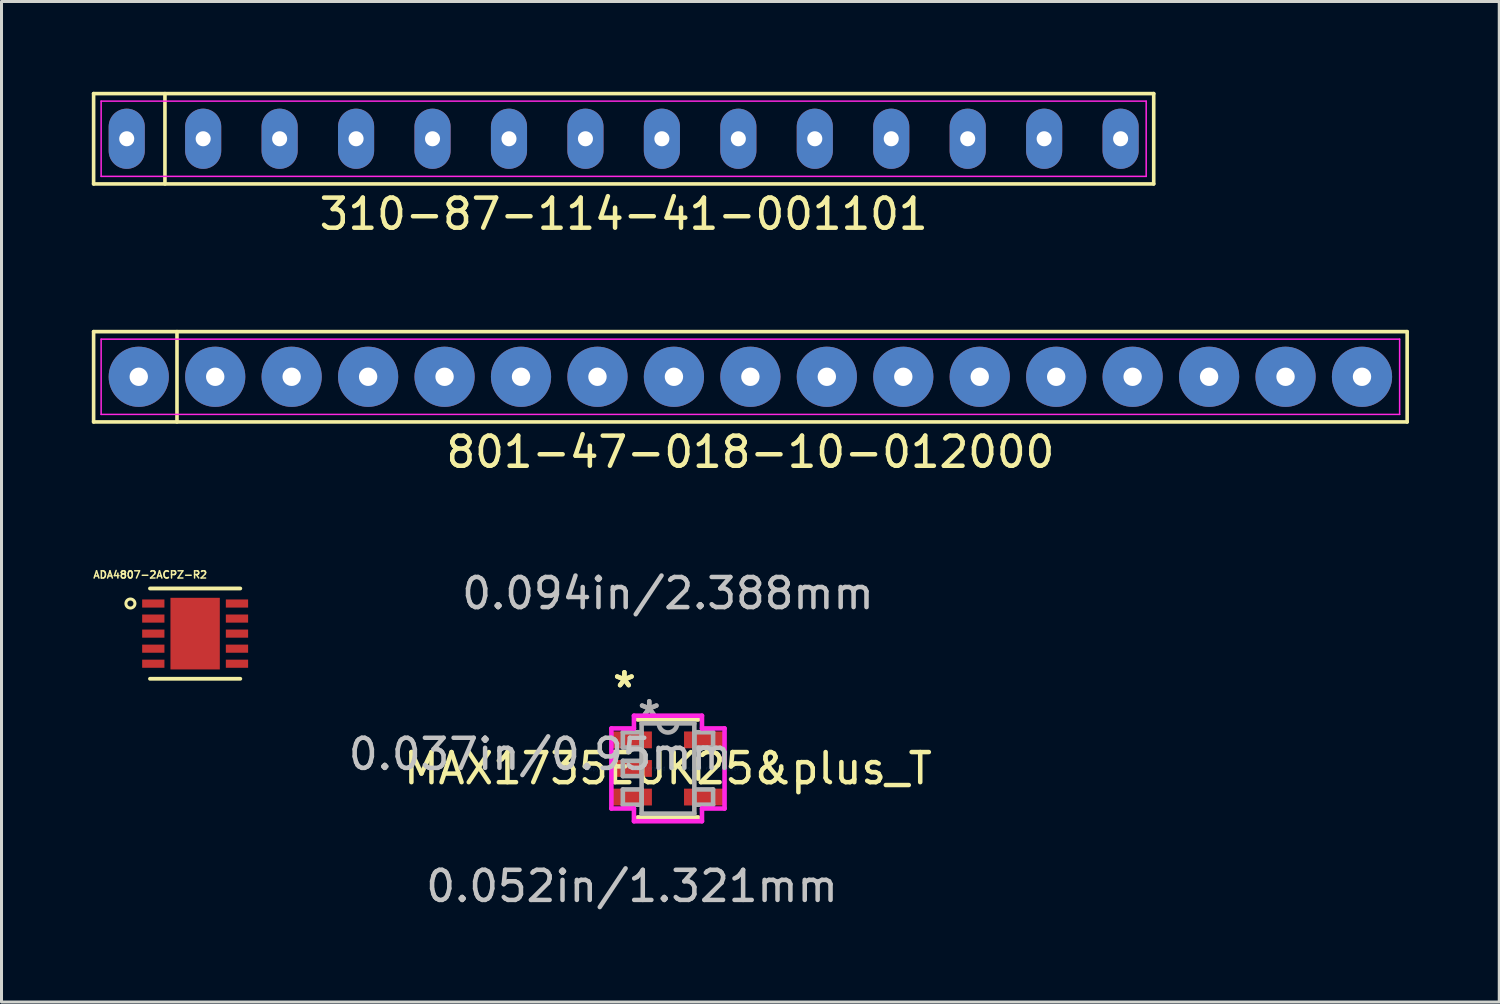
<source format=kicad_pcb>
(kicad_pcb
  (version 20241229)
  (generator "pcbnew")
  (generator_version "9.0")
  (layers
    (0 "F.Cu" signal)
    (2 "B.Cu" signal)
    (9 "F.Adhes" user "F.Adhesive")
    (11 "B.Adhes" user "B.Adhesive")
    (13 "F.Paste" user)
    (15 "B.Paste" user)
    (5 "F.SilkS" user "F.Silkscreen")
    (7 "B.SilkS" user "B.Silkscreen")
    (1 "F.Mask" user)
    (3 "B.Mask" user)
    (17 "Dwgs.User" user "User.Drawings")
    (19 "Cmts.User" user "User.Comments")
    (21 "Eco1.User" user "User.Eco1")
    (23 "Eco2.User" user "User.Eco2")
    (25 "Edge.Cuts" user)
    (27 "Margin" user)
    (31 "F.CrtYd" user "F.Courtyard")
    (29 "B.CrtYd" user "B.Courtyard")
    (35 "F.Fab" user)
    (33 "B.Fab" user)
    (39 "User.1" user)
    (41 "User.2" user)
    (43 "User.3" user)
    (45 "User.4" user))
  (footprint "MAX1735EUK25&plus_T"
    (layer "F.Cu")
    (at 19.142 22.481)
    (property "Reference" "MAX1735EUK25&plus_T" (at 0 0 0) (layer "F.SilkS") (effects (font (size 1 1) (thickness 0.15))))
    (attr through_hole)
    (fp_line (start -1.003 1.626) (end 1.003 1.626) (stroke (width 0.152) (type solid)) (layer "F.SilkS"))
    (fp_line (start 1.003 -1.626) (end -1.003 -1.626) (stroke (width 0.152) (type solid)) (layer "F.SilkS"))
    (fp_line (start 1.003 0.338) (end 1.003 -0.338) (stroke (width 0.152) (type solid)) (layer "F.SilkS"))
    (fp_line (start -1.88 -1.331) (end -1.13 -1.331) (stroke (width 0.152) (type solid)) (layer "F.CrtYd"))
    (fp_line (start -1.88 1.331) (end -1.88 -1.331) (stroke (width 0.152) (type solid)) (layer "F.CrtYd"))
    (fp_line (start -1.13 -1.753) (end 1.13 -1.753) (stroke (width 0.152) (type solid)) (layer "F.CrtYd"))
    (fp_line (start -1.13 -1.331) (end -1.13 -1.753) (stroke (width 0.152) (type solid)) (layer "F.CrtYd"))
    (fp_line (start -1.13 1.331) (end -1.88 1.331) (stroke (width 0.152) (type solid)) (layer "F.CrtYd"))
    (fp_line (start -1.13 1.753) (end -1.13 1.331) (stroke (width 0.152) (type solid)) (layer "F.CrtYd"))
    (fp_line (start 1.13 -1.753) (end 1.13 -1.331) (stroke (width 0.152) (type solid)) (layer "F.CrtYd"))
    (fp_line (start 1.13 -1.331) (end 1.88 -1.331) (stroke (width 0.152) (type solid)) (layer "F.CrtYd"))
    (fp_line (start 1.13 1.331) (end 1.13 1.753) (stroke (width 0.152) (type solid)) (layer "F.CrtYd"))
    (fp_line (start 1.13 1.753) (end -1.13 1.753) (stroke (width 0.152) (type solid)) (layer "F.CrtYd"))
    (fp_line (start 1.88 -1.331) (end 1.88 1.331) (stroke (width 0.152) (type solid)) (layer "F.CrtYd"))
    (fp_line (start 1.88 1.331) (end 1.13 1.331) (stroke (width 0.152) (type solid)) (layer "F.CrtYd"))
    (fp_line (start -1.499 -1.204) (end -1.499 -0.696) (stroke (width 0.152) (type solid)) (layer "F.Fab"))
    (fp_line (start -1.499 -0.696) (end -0.876 -0.696) (stroke (width 0.152) (type solid)) (layer "F.Fab"))
    (fp_line (start -1.499 -0.254) (end -1.499 0.254) (stroke (width 0.152) (type solid)) (layer "F.Fab"))
    (fp_line (start -1.499 0.254) (end -0.876 0.254) (stroke (width 0.152) (type solid)) (layer "F.Fab"))
    (fp_line (start -1.499 0.696) (end -1.499 1.204) (stroke (width 0.152) (type solid)) (layer "F.Fab"))
    (fp_line (start -1.499 1.204) (end -0.876 1.204) (stroke (width 0.152) (type solid)) (layer "F.Fab"))
    (fp_line (start -0.876 -1.499) (end -0.876 1.499) (stroke (width 0.152) (type solid)) (layer "F.Fab"))
    (fp_line (start -0.876 -1.204) (end -1.499 -1.204) (stroke (width 0.152) (type solid)) (layer "F.Fab"))
    (fp_line (start -0.876 -0.696) (end -0.876 -1.204) (stroke (width 0.152) (type solid)) (layer "F.Fab"))
    (fp_line (start -0.876 -0.254) (end -1.499 -0.254) (stroke (width 0.152) (type solid)) (layer "F.Fab"))
    (fp_line (start -0.876 0.254) (end -0.876 -0.254) (stroke (width 0.152) (type solid)) (layer "F.Fab"))
    (fp_line (start -0.876 0.696) (end -1.499 0.696) (stroke (width 0.152) (type solid)) (layer "F.Fab"))
    (fp_line (start -0.876 1.204) (end -0.876 0.696) (stroke (width 0.152) (type solid)) (layer "F.Fab"))
    (fp_line (start -0.876 1.499) (end 0.876 1.499) (stroke (width 0.152) (type solid)) (layer "F.Fab"))
    (fp_line (start 0.876 -1.499) (end -0.876 -1.499) (stroke (width 0.152) (type solid)) (layer "F.Fab"))
    (fp_line (start 0.876 -1.204) (end 0.876 -0.696) (stroke (width 0.152) (type solid)) (layer "F.Fab"))
    (fp_line (start 0.876 -0.696) (end 1.499 -0.696) (stroke (width 0.152) (type solid)) (layer "F.Fab"))
    (fp_line (start 0.876 0.696) (end 0.876 1.204) (stroke (width 0.152) (type solid)) (layer "F.Fab"))
    (fp_line (start 0.876 1.204) (end 1.499 1.204) (stroke (width 0.152) (type solid)) (layer "F.Fab"))
    (fp_line (start 0.876 1.499) (end 0.876 -1.499) (stroke (width 0.152) (type solid)) (layer "F.Fab"))
    (fp_line (start 1.499 -1.204) (end 0.876 -1.204) (stroke (width 0.152) (type solid)) (layer "F.Fab"))
    (fp_line (start 1.499 -0.696) (end 1.499 -1.204) (stroke (width 0.152) (type solid)) (layer "F.Fab"))
    (fp_line (start 1.499 0.696) (end 0.876 0.696) (stroke (width 0.152) (type solid)) (layer "F.Fab"))
    (fp_line (start 1.499 1.204) (end 1.499 0.696) (stroke (width 0.152) (type solid)) (layer "F.Fab"))
    (fp_arc (start 0.3048 -1.4986) (mid 0 -1.1938) (end -0.3048 -1.4986) (stroke (width 0.1524) (type solid)) (layer "F.Fab"))
    (fp_text user "*" (at -1.448 -2.652 0) (layer "F.SilkS") (effects (font (size 1 1) (thickness 0.15))))
    (fp_text user "*" (at -1.448 -2.652 0) (layer "F.SilkS") (effects (font (size 1 1) (thickness 0.15))))
    (fp_text user "0.037in/0.95mm" (at -4.242 -0.475 0) (layer "Dwgs.User") (effects (font (size 1 1) (thickness 0.15))))
    (fp_text user "0.052in/1.321mm" (at -1.194 3.912 0) (layer "Dwgs.User") (effects (font (size 1 1) (thickness 0.15))))
    (fp_text user "0.094in/2.388mm" (at 0 -5.817 0) (layer "Dwgs.User") (effects (font (size 1 1) (thickness 0.15))))
    (fp_text user "Copyright 2016 Accelerated Designs. All rights reserved." (at 0 0 0) (layer "Cmts.User") (effects (font (size 0.127 0.127) (thickness 0.002))))
    (fp_text user "*" (at -0.622 -1.687 0) (layer "F.Fab") (effects (font (size 1 1) (thickness 0.15))))
    (fp_text user "*" (at -0.622 -1.687 0) (layer "F.Fab") (effects (font (size 1 1) (thickness 0.15))))
    (pad "1" smd rect (at -1.194 -0.95) (size 1.321 0.559) (layers "F.Cu" "F.Mask" "F.Paste"))
    (pad "2" smd rect (at -1.194 0) (size 1.321 0.559) (layers "F.Cu" "F.Mask" "F.Paste"))
    (pad "3" smd rect (at -1.194 0.95) (size 1.321 0.559) (layers "F.Cu" "F.Mask" "F.Paste"))
    (pad "4" smd rect (at 1.194 0.95) (size 1.321 0.559) (layers "F.Cu" "F.Mask" "F.Paste"))
    (pad "5" smd rect (at 1.194 -0.95) (size 1.321 0.559) (layers "F.Cu" "F.Mask" "F.Paste")))
  (footprint "310-87-114-41-001101"
    (layer "F.Cu")
    (at 17.67 1.56)
    (property "Reference" "310-87-114-41-001101" (at 0 2.5 0) (layer "F.SilkS") (effects (font (size 1 1) (thickness 0.15))))
    (attr through_hole)
    (fp_line (start -17.61 -1.5) (end 17.61 -1.5) (stroke (width 0.12) (type solid)) (layer "F.SilkS"))
    (fp_line (start -17.61 1.5) (end -17.61 -1.5) (stroke (width 0.12) (type solid)) (layer "F.SilkS"))
    (fp_line (start -15.24 -1.5) (end -15.24 1.5) (stroke (width 0.12) (type solid)) (layer "F.SilkS"))
    (fp_line (start 17.61 -1.5) (end 17.61 1.5) (stroke (width 0.12) (type solid)) (layer "F.SilkS"))
    (fp_line (start 17.61 1.5) (end -17.61 1.5) (stroke (width 0.12) (type solid)) (layer "F.SilkS"))
    (fp_line (start -17.36 -1.25) (end 17.36 -1.25) (stroke (width 0.05) (type solid)) (layer "F.CrtYd"))
    (fp_line (start -17.36 1.25) (end -17.36 -1.25) (stroke (width 0.05) (type solid)) (layer "F.CrtYd"))
    (fp_line (start 17.36 -1.25) (end 17.36 1.25) (stroke (width 0.05) (type solid)) (layer "F.CrtYd"))
    (fp_line (start 17.36 1.25) (end -17.36 1.25) (stroke (width 0.05) (type solid)) (layer "F.CrtYd"))
    (pad "1" thru_hole oval (at -16.51 0) (size 1.2 2) (drill 0.5) (layers "*.Cu" "*.Mask"))
    (pad "2" thru_hole oval (at -13.97 0) (size 1.2 2) (drill 0.5) (layers "*.Cu" "*.Mask"))
    (pad "3" thru_hole oval (at -11.43 0) (size 1.2 2) (drill 0.5) (layers "*.Cu" "*.Mask"))
    (pad "4" thru_hole oval (at -8.89 0) (size 1.2 2) (drill 0.5) (layers "*.Cu" "*.Mask"))
    (pad "5" thru_hole oval (at -6.35 0) (size 1.2 2) (drill 0.5) (layers "*.Cu" "*.Mask"))
    (pad "6" thru_hole oval (at -3.81 0) (size 1.2 2) (drill 0.5) (layers "*.Cu" "*.Mask"))
    (pad "7" thru_hole oval (at -1.27 0) (size 1.2 2) (drill 0.5) (layers "*.Cu" "*.Mask"))
    (pad "8" thru_hole oval (at 1.27 0) (size 1.2 2) (drill 0.5) (layers "*.Cu" "*.Mask"))
    (pad "9" thru_hole oval (at 3.81 0) (size 1.2 2) (drill 0.5) (layers "*.Cu" "*.Mask"))
    (pad "10" thru_hole oval (at 6.35 0) (size 1.2 2) (drill 0.5) (layers "*.Cu" "*.Mask"))
    (pad "11" thru_hole oval (at 8.89 0) (size 1.2 2) (drill 0.5) (layers "*.Cu" "*.Mask"))
    (pad "12" thru_hole oval (at 11.43 0) (size 1.2 2) (drill 0.5) (layers "*.Cu" "*.Mask"))
    (pad "13" thru_hole oval (at 13.97 0) (size 1.2 2) (drill 0.5) (layers "*.Cu" "*.Mask"))
    (pad "14" thru_hole oval (at 16.51 0) (size 1.2 2) (drill 0.5) (layers "*.Cu" "*.Mask")))
  (footprint "801-47-018-10-012000"
    (layer "F.Cu")
    (at 21.88 9.468)
    (property "Reference" "801-47-018-10-012000" (at 0 2.5 0) (layer "F.SilkS") (effects (font (size 1 1) (thickness 0.15))))
    (attr through_hole)
    (fp_line (start -21.82 -1.5) (end 21.82 -1.5) (stroke (width 0.12) (type solid)) (layer "F.SilkS"))
    (fp_line (start -21.82 1.5) (end -21.82 -1.5) (stroke (width 0.12) (type solid)) (layer "F.SilkS"))
    (fp_line (start -19.05 -1.5) (end -19.05 1.5) (stroke (width 0.12) (type solid)) (layer "F.SilkS"))
    (fp_line (start 21.82 -1.5) (end 21.82 1.5) (stroke (width 0.12) (type solid)) (layer "F.SilkS"))
    (fp_line (start 21.82 1.5) (end -21.82 1.5) (stroke (width 0.12) (type solid)) (layer "F.SilkS"))
    (fp_line (start -21.57 -1.25) (end 21.57 -1.25) (stroke (width 0.05) (type solid)) (layer "F.CrtYd"))
    (fp_line (start -21.57 1.25) (end -21.57 -1.25) (stroke (width 0.05) (type solid)) (layer "F.CrtYd"))
    (fp_line (start 21.57 -1.25) (end 21.57 1.25) (stroke (width 0.05) (type solid)) (layer "F.CrtYd"))
    (fp_line (start 21.57 1.25) (end -21.57 1.25) (stroke (width 0.05) (type solid)) (layer "F.CrtYd"))
    (pad "1" thru_hole circle (at -20.32 0) (size 2 2) (drill 0.61) (layers "*.Cu" "*.Mask"))
    (pad "2" thru_hole circle (at -17.78 0) (size 2 2) (drill 0.61) (layers "*.Cu" "*.Mask"))
    (pad "3" thru_hole circle (at -15.24 0) (size 2 2) (drill 0.61) (layers "*.Cu" "*.Mask"))
    (pad "4" thru_hole circle (at -12.7 0) (size 2 2) (drill 0.61) (layers "*.Cu" "*.Mask"))
    (pad "5" thru_hole circle (at -10.16 0) (size 2 2) (drill 0.61) (layers "*.Cu" "*.Mask"))
    (pad "6" thru_hole circle (at -7.62 0) (size 2 2) (drill 0.61) (layers "*.Cu" "*.Mask"))
    (pad "7" thru_hole circle (at -5.08 0) (size 2 2) (drill 0.61) (layers "*.Cu" "*.Mask"))
    (pad "8" thru_hole circle (at -2.54 0) (size 2 2) (drill 0.61) (layers "*.Cu" "*.Mask"))
    (pad "9" thru_hole circle (at 0 0) (size 2 2) (drill 0.61) (layers "*.Cu" "*.Mask"))
    (pad "10" thru_hole circle (at 2.54 0) (size 2 2) (drill 0.61) (layers "*.Cu" "*.Mask"))
    (pad "11" thru_hole circle (at 5.08 0) (size 2 2) (drill 0.61) (layers "*.Cu" "*.Mask"))
    (pad "12" thru_hole circle (at 7.62 0) (size 2 2) (drill 0.61) (layers "*.Cu" "*.Mask"))
    (pad "13" thru_hole circle (at 10.16 0) (size 2 2) (drill 0.61) (layers "*.Cu" "*.Mask"))
    (pad "14" thru_hole circle (at 12.7 0) (size 2 2) (drill 0.61) (layers "*.Cu" "*.Mask"))
    (pad "15" thru_hole circle (at 15.24 0) (size 2 2) (drill 0.61) (layers "*.Cu" "*.Mask"))
    (pad "16" thru_hole circle (at 17.78 0) (size 2 2) (drill 0.61) (layers "*.Cu" "*.Mask"))
    (pad "17" thru_hole circle (at 20.32 0) (size 2 2) (drill 0.61) (layers "*.Cu" "*.Mask")))
  (footprint "ADA4807-2ACPZ-R2"
    (layer "F.Cu")
    (at 3.433 18.001)
    (property "Reference" "ADA4807-2ACPZ-R2" (at -1.493 -1.956 0) (layer "F.SilkS") (effects (font (size 0.24 0.24) (thickness 0.05))))
    (attr smd)
    (fp_line (start -1.5 -1.5) (end 1.5 -1.5) (stroke (width 0.127) (type solid)) (layer "F.SilkS"))
    (fp_line (start 1.5 1.5) (end -1.5 1.5) (stroke (width 0.127) (type solid)) (layer "F.SilkS"))
    (fp_circle (center -2.15 -1) (end -2 -1) (stroke (width 0.1) (type solid)) (fill no) (layer "F.SilkS"))
    (fp_poly (pts (xy -0.095 -0.095) (xy -0.635 -0.095) (xy -0.635 -1.005) (xy -0.095 -1.005)) (stroke (width 0) (type solid)) (fill yes) (layer "F.Paste"))
    (fp_poly (pts (xy -0.095 1.007) (xy -0.636 1.007) (xy -0.636 0.095) (xy -0.095 0.095)) (stroke (width 0) (type solid)) (fill yes) (layer "F.Paste"))
    (fp_poly (pts (xy 0.095 -1.005) (xy 0.635 -1.005) (xy 0.635 -0.095) (xy 0.095 -0.095)) (stroke (width 0) (type solid)) (fill yes) (layer "F.Paste"))
    (fp_poly (pts (xy 0.095 0.095) (xy 0.635 0.095) (xy 0.635 1.006) (xy 0.095 1.006)) (stroke (width 0) (type solid)) (fill yes) (layer "F.Paste"))
    (fp_line (start -1.96 -1.75) (end 1.96 -1.75) (stroke (width 0.05) (type solid)) (layer "Eco1.User"))
    (fp_line (start -1.96 1.75) (end -1.96 -1.75) (stroke (width 0.05) (type solid)) (layer "Eco1.User"))
    (fp_line (start 1.96 -1.75) (end 1.96 1.75) (stroke (width 0.05) (type solid)) (layer "Eco1.User"))
    (fp_line (start 1.96 1.75) (end -1.96 1.75) (stroke (width 0.05) (type solid)) (layer "Eco1.User"))
    (fp_line (start -1.5 1.5) (end -1.5 -1.5) (stroke (width 0.127) (type solid)) (layer "Eco2.User"))
    (fp_line (start 1.5 -1.5) (end 1.5 1.5) (stroke (width 0.127) (type solid)) (layer "Eco2.User"))
    (pad "1" smd rect (at -1.39 -1) (size 0.74 0.27) (layers "F.Cu" "F.Mask" "F.Paste"))
    (pad "2" smd rect (at -1.39 -0.5) (size 0.74 0.27) (layers "F.Cu" "F.Mask" "F.Paste"))
    (pad "3" smd rect (at -1.39 0) (size 0.74 0.27) (layers "F.Cu" "F.Mask" "F.Paste"))
    (pad "4" smd rect (at -1.39 0.5) (size 0.74 0.27) (layers "F.Cu" "F.Mask" "F.Paste"))
    (pad "5" smd rect (at -1.39 1 180) (size 0.74 0.27) (layers "F.Cu" "F.Mask" "F.Paste"))
    (pad "6" smd rect (at 1.39 1 180) (size 0.74 0.27) (layers "F.Cu" "F.Mask" "F.Paste"))
    (pad "7" smd rect (at 1.39 0.5 180) (size 0.74 0.27) (layers "F.Cu" "F.Mask" "F.Paste"))
    (pad "8" smd rect (at 1.39 0 180) (size 0.74 0.27) (layers "F.Cu" "F.Mask" "F.Paste"))
    (pad "9" smd rect (at 1.39 -0.5) (size 0.74 0.27) (layers "F.Cu" "F.Mask" "F.Paste"))
    (pad "10" smd rect (at 1.39 -1) (size 0.74 0.27) (layers "F.Cu" "F.Mask" "F.Paste"))
    (pad "11" smd rect (at 0 0 180) (size 1.64 2.38) (layers "F.Cu" "F.Mask" "F.Paste")))
  (gr_rect
    (start -3 -3)
    (end 46.76 30.241)
    (stroke (width 0.1) (type default))
    (fill no)
    (layer "Edge.Cuts")))
</source>
